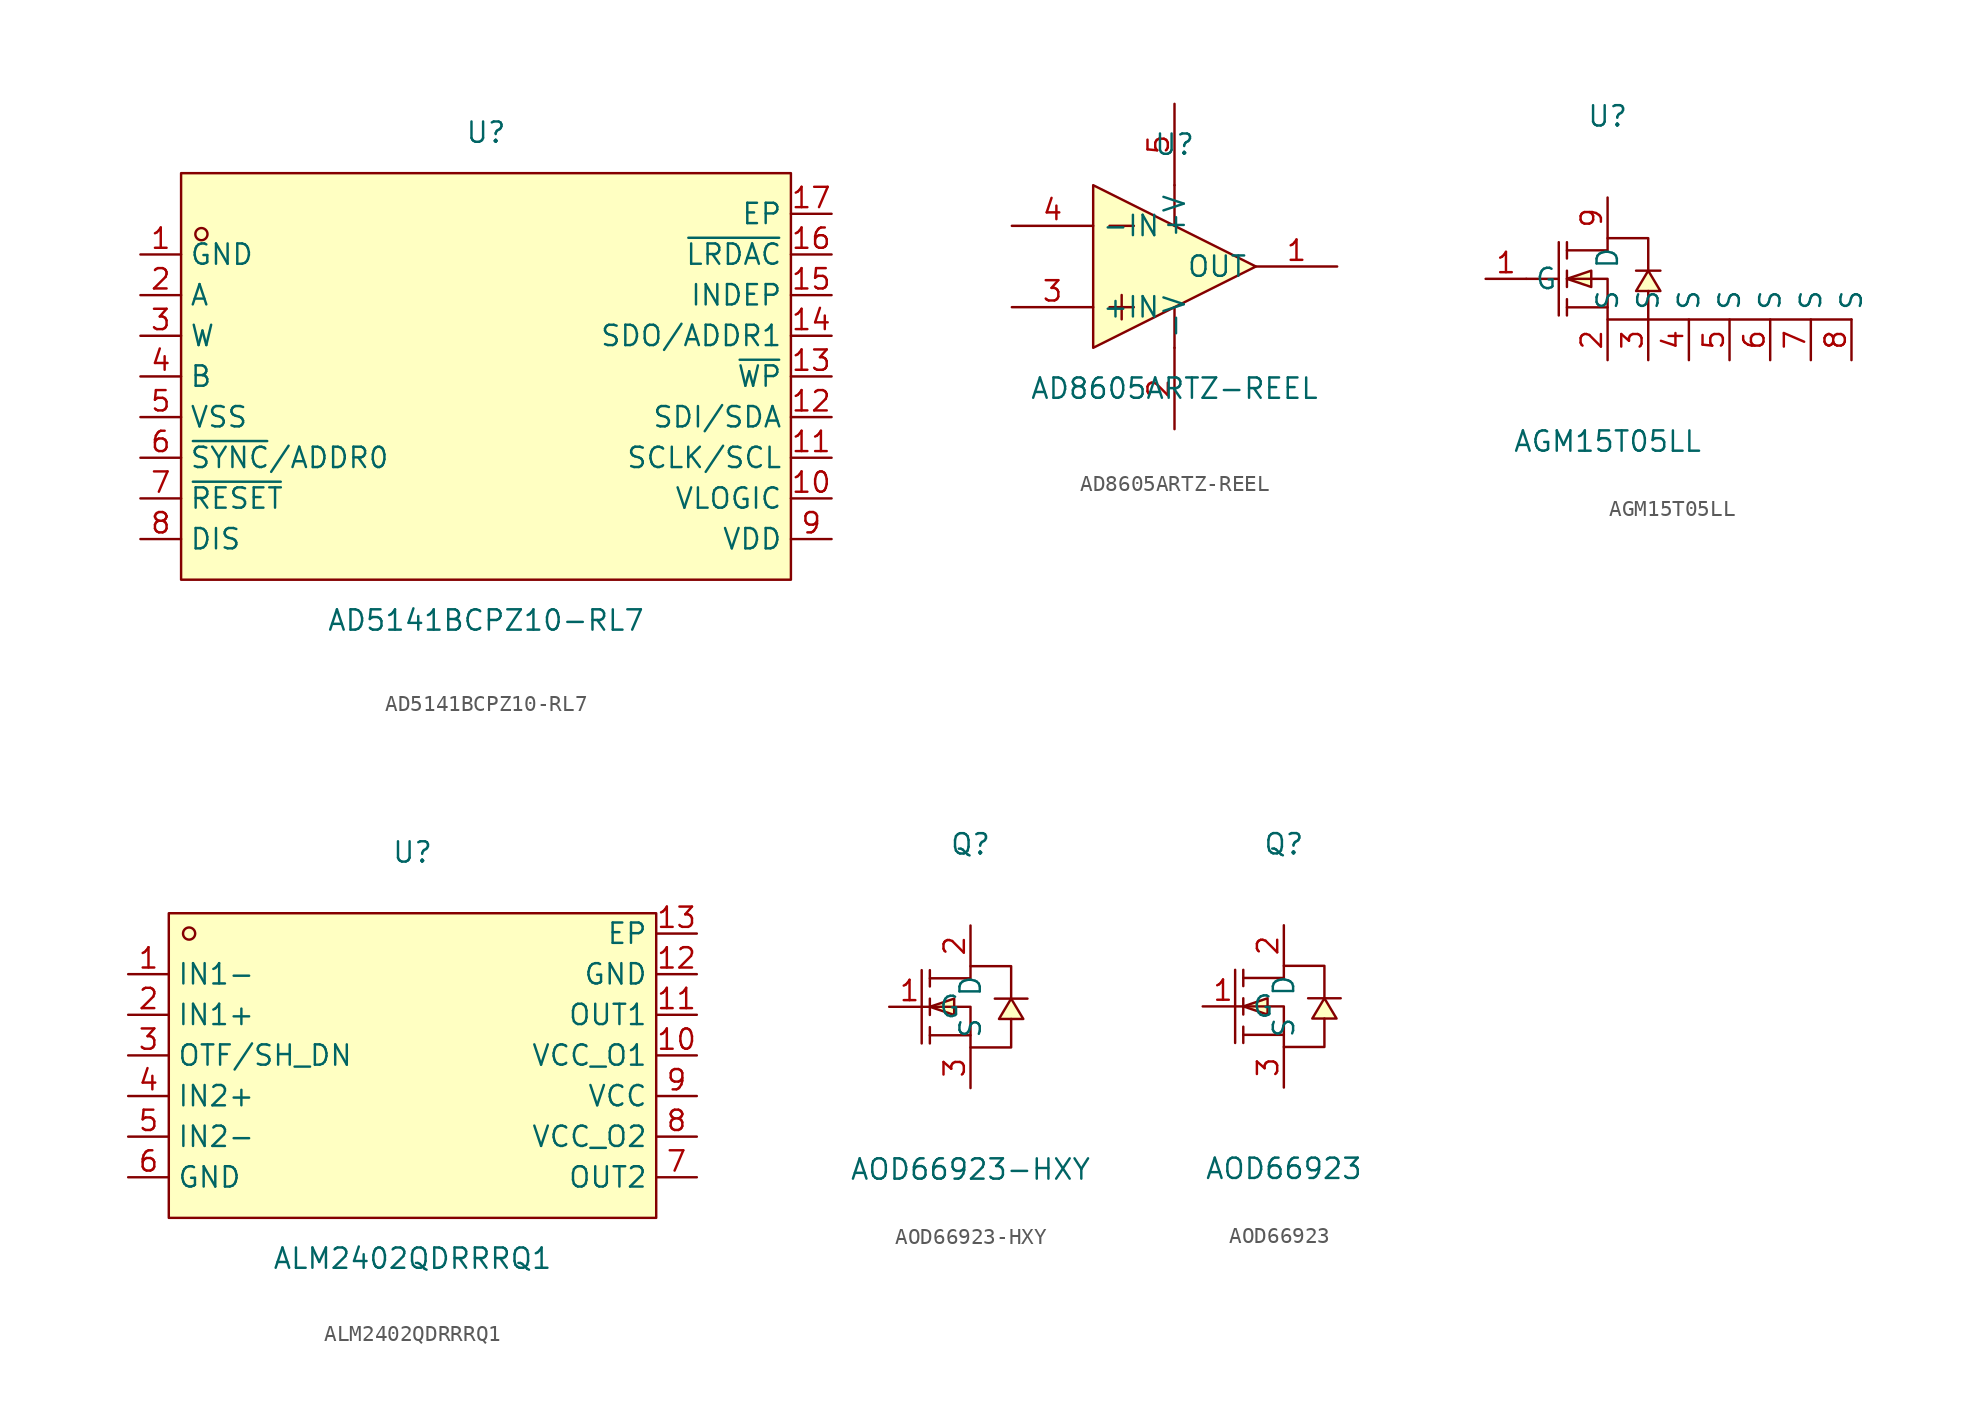
<source format=kicad_sym>
(kicad_symbol_lib
  (version 20231120)
  (generator "kicad_symbol_editor")
  (generator_version "8.0")
  (symbol "AD5141BCPZ10-RL7"
    (property "Reference" "U"
      (at 0 15.24 0)
      (effects (font (size 1.27 1.27))))
    (property "Value" "AD5141BCPZ10-RL7"
      (at 0 -15.24 0)
      (effects (font (size 1.27 1.27))))
    (symbol "AD5141BCPZ10-RL7_0_1"
      (rectangle (start -19.05 12.7) (end 19.05 -12.7) (stroke (width 0) (type default)) (fill (type background)))
      (circle (center -17.78 8.89) (radius 0.38) (stroke (width 0) (type default)) (fill (type none)))
      (pin unspecified line (at -21.59 7.62 0) (length 2.54) (name "GND" (effects (font (size 1.27 1.27)))) (number "1" (effects (font (size 1.27 1.27)))))
      (pin unspecified line (at 21.59 -7.62 180) (length 2.54) (name "VLOGIC" (effects (font (size 1.27 1.27)))) (number "10" (effects (font (size 1.27 1.27)))))
      (pin unspecified line (at 21.59 -5.08 180) (length 2.54) (name "SCLK/SCL" (effects (font (size 1.27 1.27)))) (number "11" (effects (font (size 1.27 1.27)))))
      (pin unspecified line (at 21.59 -2.54 180) (length 2.54) (name "SDI/SDA" (effects (font (size 1.27 1.27)))) (number "12" (effects (font (size 1.27 1.27)))))
      (pin unspecified line (at 21.59 0 180) (length 2.54) (name "~{WP}" (effects (font (size 1.27 1.27)))) (number "13" (effects (font (size 1.27 1.27)))))
      (pin unspecified line (at 21.59 2.54 180) (length 2.54) (name "SDO/ADDR1" (effects (font (size 1.27 1.27)))) (number "14" (effects (font (size 1.27 1.27)))))
      (pin unspecified line (at 21.59 5.08 180) (length 2.54) (name "INDEP" (effects (font (size 1.27 1.27)))) (number "15" (effects (font (size 1.27 1.27)))))
      (pin unspecified line (at 21.59 7.62 180) (length 2.54) (name "~{LRDAC}" (effects (font (size 1.27 1.27)))) (number "16" (effects (font (size 1.27 1.27)))))
      (pin unspecified line (at 21.59 10.16 180) (length 2.54) (name "EP" (effects (font (size 1.27 1.27)))) (number "17" (effects (font (size 1.27 1.27)))))
      (pin unspecified line (at -21.59 5.08 0) (length 2.54) (name "A" (effects (font (size 1.27 1.27)))) (number "2" (effects (font (size 1.27 1.27)))))
      (pin unspecified line (at -21.59 2.54 0) (length 2.54) (name "W" (effects (font (size 1.27 1.27)))) (number "3" (effects (font (size 1.27 1.27)))))
      (pin unspecified line (at -21.59 0 0) (length 2.54) (name "B" (effects (font (size 1.27 1.27)))) (number "4" (effects (font (size 1.27 1.27)))))
      (pin unspecified line (at -21.59 -2.54 0) (length 2.54) (name "VSS" (effects (font (size 1.27 1.27)))) (number "5" (effects (font (size 1.27 1.27)))))
      (pin unspecified line (at -21.59 -5.08 0) (length 2.54) (name "~{SYNC}/ADDR0" (effects (font (size 1.27 1.27)))) (number "6" (effects (font (size 1.27 1.27)))))
      (pin unspecified line (at -21.59 -7.62 0) (length 2.54) (name "~{RESET}" (effects (font (size 1.27 1.27)))) (number "7" (effects (font (size 1.27 1.27)))))
      (pin unspecified line (at -21.59 -10.16 0) (length 2.54) (name "DIS" (effects (font (size 1.27 1.27)))) (number "8" (effects (font (size 1.27 1.27)))))
      (pin unspecified line (at 21.59 -10.16 180) (length 2.54) (name "VDD" (effects (font (size 1.27 1.27)))) (number "9" (effects (font (size 1.27 1.27)))))))
  (symbol "AD8605ARTZ-REEL"
    (property "Reference" "U"
      (at 0 7.62 0)
      (effects (font (size 1.27 1.27))))
    (property "Value" "AD8605ARTZ-REEL"
      (at 0 -7.62 0)
      (effects (font (size 1.27 1.27))))
    (symbol "AD8605ARTZ-REEL_0_1"
      (polyline (pts (xy -4.06 -2.54) (xy -2.54 -2.54)) (stroke (width 0) (type default)) (fill (type none)))
      (polyline (pts (xy -4.06 2.54) (xy -2.54 2.54)) (stroke (width 0) (type default)) (fill (type none)))
      (polyline (pts (xy -3.3 -1.78) (xy -3.3 -3.3)) (stroke (width 0) (type default)) (fill (type none)))
      (polyline (pts (xy 0 -2.54) (xy 0 -5.08)) (stroke (width 0) (type default)) (fill (type none)))
      (polyline (pts (xy 0 5.08) (xy 0 2.54)) (stroke (width 0) (type default)) (fill (type none)))
      (polyline (pts (xy -5.08 -5.08) (xy 5.08 0) (xy -5.08 5.08) (xy -5.08 -5.08)) (stroke (width 0) (type default)) (fill (type background)))
      (pin output line (at 10.16 0 180) (length 5.08) (name "OUT" (effects (font (size 1.27 1.27)))) (number "1" (effects (font (size 1.27 1.27)))))
      (pin power_in line (at 0 -10.16 90) (length 5.08) (name "-V" (effects (font (size 1.27 1.27)))) (number "2" (effects (font (size 1.27 1.27)))))
      (pin unspecified line (at -10.16 -2.54 0) (length 5.08) (name "+IN" (effects (font (size 1.27 1.27)))) (number "3" (effects (font (size 1.27 1.27)))))
      (pin unspecified line (at -10.16 2.54 0) (length 5.08) (name "-IN" (effects (font (size 1.27 1.27)))) (number "4" (effects (font (size 1.27 1.27)))))
      (pin power_in line (at 0 10.16 270) (length 5.08) (name "+V" (effects (font (size 1.27 1.27)))) (number "5" (effects (font (size 1.27 1.27)))))))
  (symbol "AGM15T05LL"
    (property "Reference" "U"
      (at 0 10.16 0)
      (effects (font (size 1.27 1.27))))
    (property "Value" "AGM15T05LL"
      (at 0 -10.16 0)
      (effects (font (size 1.27 1.27))))
    (symbol "AGM15T05LL_0_1"
      (polyline (pts (xy -5.08 -0.00) (xy -3.05 -0.00)) (stroke (width 0) (type default) (color 0 0 0 0)) (fill (type none)))
      (polyline (pts (xy 3.30 0.51) (xy 3.05 0.51) (xy 2.03 0.51) (xy 1.78 0.51)) (stroke (width 0) (type default) (color 0 0 0 0)) (fill (type none)))
      (polyline (pts (xy -2.54 -2.29) (xy -2.54 -1.27)) (stroke (width 0) (type default) (color 0 0 0 0)) (fill (type none)))
      (polyline (pts (xy -2.54 -0.51) (xy -2.54 0.51)) (stroke (width 0) (type default) (color 0 0 0 0)) (fill (type none)))
      (polyline (pts (xy -2.54 2.29) (xy -2.54 1.27)) (stroke (width 0) (type default) (color 0 0 0 0)) (fill (type none)))
      (polyline (pts (xy -3.05 2.29) (xy -3.05 -2.29)) (stroke (width 0) (type default) (color 0 0 0 0)) (fill (type none)))
      (polyline (pts (xy 0.00 -1.78) (xy -2.54 -1.78)) (stroke (width 0) (type default) (color 0 0 0 0)) (fill (type none)))
      (polyline (pts (xy -2.54 -0.00) (xy 0.00 -0.00) (xy 0.00 -2.54) (xy 15.24 -2.54) (xy 2.54 -2.54) (xy 2.54 -0.76)) (stroke (width 0) (type default) (color 0 0 0 0)) (fill (type none)))
      (polyline (pts (xy -2.54 1.78) (xy 0.00 1.78) (xy 0.00 2.54) (xy 2.54 2.54) (xy 2.54 2.54) (xy 2.54 0.51)) (stroke (width 0) (type default) (color 0 0 0 0)) (fill (type none)))
      (polyline (pts (xy 2.54 0.51) (xy 1.78 -0.76) (xy 3.30 -0.76) (xy 2.54 0.51)) (stroke (width 0) (type default) (color 0 0 0 0)) (fill (type background)))
      (polyline (pts (xy -2.54 -0.00) (xy -1.02 -0.51) (xy -1.02 0.51) (xy -2.54 -0.00)) (stroke (width 0) (type default) (color 0 0 0 0)) (fill (type background)))
      (pin unspecified line (at 0.00 5.08 270) (length 2.54) (name "D" (effects (font (size 1.27 1.27)))) (number "9" (effects (font (size 1.27 1.27)))))
      (pin unspecified line (at -7.62 -0.00 0) (length 2.54) (name "G" (effects (font (size 1.27 1.27)))) (number "1" (effects (font (size 1.27 1.27)))))
      (pin unspecified line (at 0.00 -5.08 90) (length 2.54) (name "S" (effects (font (size 1.27 1.27)))) (number "2" (effects (font (size 1.27 1.27)))))
      (pin unspecified line (at 2.54 -5.08 90) (length 2.54) (name "S" (effects (font (size 1.27 1.27)))) (number "3" (effects (font (size 1.27 1.27)))))
      (pin unspecified line (at 5.08 -5.08 90) (length 2.54) (name "S" (effects (font (size 1.27 1.27)))) (number "4" (effects (font (size 1.27 1.27)))))
      (pin unspecified line (at 7.62 -5.08 90) (length 2.54) (name "S" (effects (font (size 1.27 1.27)))) (number "5" (effects (font (size 1.27 1.27)))))
      (pin unspecified line (at 10.16 -5.08 90) (length 2.54) (name "S" (effects (font (size 1.27 1.27)))) (number "6" (effects (font (size 1.27 1.27)))))
      (pin unspecified line (at 12.70 -5.08 90) (length 2.54) (name "S" (effects (font (size 1.27 1.27)))) (number "7" (effects (font (size 1.27 1.27)))))
      (pin unspecified line (at 15.24 -5.08 90) (length 2.54) (name "S" (effects (font (size 1.27 1.27)))) (number "8" (effects (font (size 1.27 1.27)))))))
  (symbol "ALM2402QDRRRQ1"
    (property "Reference" "U"
      (at 0 13.97 0)
      (effects (font (size 1.27 1.27))))
    (property "Value" "ALM2402QDRRRQ1"
      (at 0 -11.43 0)
      (effects (font (size 1.27 1.27))))
    (symbol "ALM2402QDRRRQ1_0_1"
      (rectangle (start -15.24 10.16) (end 15.24 -8.89) (stroke (width 0) (type default)) (fill (type background)))
      (circle (center -13.97 8.89) (radius 0.38) (stroke (width 0) (type default)) (fill (type none)))
      (pin unspecified line (at -17.78 6.35 0) (length 2.54) (name "IN1-" (effects (font (size 1.27 1.27)))) (number "1" (effects (font (size 1.27 1.27)))))
      (pin unspecified line (at 17.78 1.27 180) (length 2.54) (name "VCC_O1" (effects (font (size 1.27 1.27)))) (number "10" (effects (font (size 1.27 1.27)))))
      (pin unspecified line (at 17.78 3.81 180) (length 2.54) (name "OUT1" (effects (font (size 1.27 1.27)))) (number "11" (effects (font (size 1.27 1.27)))))
      (pin unspecified line (at 17.78 6.35 180) (length 2.54) (name "GND" (effects (font (size 1.27 1.27)))) (number "12" (effects (font (size 1.27 1.27)))))
      (pin unspecified line (at 17.78 8.89 180) (length 2.54) (name "EP" (effects (font (size 1.27 1.27)))) (number "13" (effects (font (size 1.27 1.27)))))
      (pin unspecified line (at -17.78 3.81 0) (length 2.54) (name "IN1+" (effects (font (size 1.27 1.27)))) (number "2" (effects (font (size 1.27 1.27)))))
      (pin unspecified line (at -17.78 1.27 0) (length 2.54) (name "OTF/SH_DN" (effects (font (size 1.27 1.27)))) (number "3" (effects (font (size 1.27 1.27)))))
      (pin unspecified line (at -17.78 -1.27 0) (length 2.54) (name "IN2+" (effects (font (size 1.27 1.27)))) (number "4" (effects (font (size 1.27 1.27)))))
      (pin unspecified line (at -17.78 -3.81 0) (length 2.54) (name "IN2-" (effects (font (size 1.27 1.27)))) (number "5" (effects (font (size 1.27 1.27)))))
      (pin unspecified line (at -17.78 -6.35 0) (length 2.54) (name "GND" (effects (font (size 1.27 1.27)))) (number "6" (effects (font (size 1.27 1.27)))))
      (pin unspecified line (at 17.78 -6.35 180) (length 2.54) (name "OUT2" (effects (font (size 1.27 1.27)))) (number "7" (effects (font (size 1.27 1.27)))))
      (pin unspecified line (at 17.78 -3.81 180) (length 2.54) (name "VCC_O2" (effects (font (size 1.27 1.27)))) (number "8" (effects (font (size 1.27 1.27)))))
      (pin unspecified line (at 17.78 -1.27 180) (length 2.54) (name "VCC" (effects (font (size 1.27 1.27)))) (number "9" (effects (font (size 1.27 1.27)))))))
  (symbol "AOD66923-HXY"
    (property "Reference" "Q"
      (at 0 10.16 0)
      (effects (font (size 1.27 1.27))))
    (property "Value" "AOD66923-HXY"
      (at 0 -10.16 0)
      (effects (font (size 1.27 1.27))))
    (symbol "AOD66923-HXY_0_1"
      (polyline (pts (xy -3.05 2.29) (xy -3.05 -2.29)) (stroke (width 0) (type default)) (fill (type none)))
      (polyline (pts (xy -2.54 -2.29) (xy -2.54 -1.27)) (stroke (width 0) (type default)) (fill (type none)))
      (polyline (pts (xy -2.54 -0.51) (xy -2.54 0.51)) (stroke (width 0) (type default)) (fill (type none)))
      (polyline (pts (xy -2.54 2.29) (xy -2.54 1.27)) (stroke (width 0) (type default)) (fill (type none)))
      (polyline (pts (xy 0 -1.78) (xy -2.54 -1.78)) (stroke (width 0) (type default)) (fill (type none)))
      (polyline (pts (xy -2.54 0) (xy -1.02 -0.51) (xy -1.02 0.51) (xy -2.54 0)) (stroke (width 0) (type default)) (fill (type background)))
      (polyline (pts (xy 2.54 0.51) (xy 1.78 -0.76) (xy 3.3 -0.76) (xy 2.54 0.51)) (stroke (width 0) (type default)) (fill (type background)))
      (polyline (pts (xy 3.56 0.51) (xy 3.05 0.51) (xy 2.03 0.51) (xy 1.52 0.51)) (stroke (width 0) (type default)) (fill (type none)))
      (polyline (pts (xy -2.54 0) (xy 0 0) (xy 0 -2.54) (xy 2.54 -2.54) (xy 2.54 -0.76)) (stroke (width 0) (type default)) (fill (type none)))
      (polyline (pts (xy -2.54 1.78) (xy 0 1.78) (xy 0 2.54) (xy 2.54 2.54) (xy 2.54 0.51)) (stroke (width 0) (type default)) (fill (type none)))
      (pin unspecified line (at -5.08 0 0) (length 2.54) (name "G" (effects (font (size 1.27 1.27)))) (number "1" (effects (font (size 1.27 1.27)))))
      (pin unspecified line (at 0 5.08 270) (length 2.54) (name "D" (effects (font (size 1.27 1.27)))) (number "2" (effects (font (size 1.27 1.27)))))
      (pin unspecified line (at 0 -5.08 90) (length 2.54) (name "S" (effects (font (size 1.27 1.27)))) (number "3" (effects (font (size 1.27 1.27)))))))
  (symbol "AOD66923"
    (property "Reference" "Q"
      (at 0 10.16 0)
      (effects (font (size 1.27 1.27))))
    (property "Value" "AOD66923"
      (at 0 -10.16 0)
      (effects (font (size 1.27 1.27))))
    (symbol "AOD66923_0_1"
      (polyline (pts (xy -3.05 2.29) (xy -3.05 -2.29)) (stroke (width 0) (type default)) (fill (type none)))
      (polyline (pts (xy -2.54 -2.29) (xy -2.54 -1.27)) (stroke (width 0) (type default)) (fill (type none)))
      (polyline (pts (xy -2.54 -0.51) (xy -2.54 0.51)) (stroke (width 0) (type default)) (fill (type none)))
      (polyline (pts (xy -2.54 2.29) (xy -2.54 1.27)) (stroke (width 0) (type default)) (fill (type none)))
      (polyline (pts (xy 0 -1.78) (xy -2.54 -1.78)) (stroke (width 0) (type default)) (fill (type none)))
      (polyline (pts (xy -2.54 0) (xy -1.02 -0.51) (xy -1.02 0.51) (xy -2.54 0)) (stroke (width 0) (type default)) (fill (type background)))
      (polyline (pts (xy 2.54 0.51) (xy 1.78 -0.76) (xy 3.3 -0.76) (xy 2.54 0.51)) (stroke (width 0) (type default)) (fill (type background)))
      (polyline (pts (xy 3.56 0.51) (xy 3.05 0.51) (xy 2.03 0.51) (xy 1.52 0.51)) (stroke (width 0) (type default)) (fill (type none)))
      (polyline (pts (xy -2.54 0) (xy 0 0) (xy 0 -2.54) (xy 2.54 -2.54) (xy 2.54 -0.76)) (stroke (width 0) (type default)) (fill (type none)))
      (polyline (pts (xy -2.54 1.78) (xy 0 1.78) (xy 0 2.54) (xy 2.54 2.54) (xy 2.54 0.51)) (stroke (width 0) (type default)) (fill (type none)))
      (pin unspecified line (at -5.08 0 0) (length 2.54) (name "G" (effects (font (size 1.27 1.27)))) (number "1" (effects (font (size 1.27 1.27)))))
      (pin unspecified line (at 0 5.08 270) (length 2.54) (name "D" (effects (font (size 1.27 1.27)))) (number "2" (effects (font (size 1.27 1.27)))))
      (pin unspecified line (at 0 -5.08 90) (length 2.54) (name "S" (effects (font (size 1.27 1.27)))) (number "3" (effects (font (size 1.27 1.27))))))))
</source>
